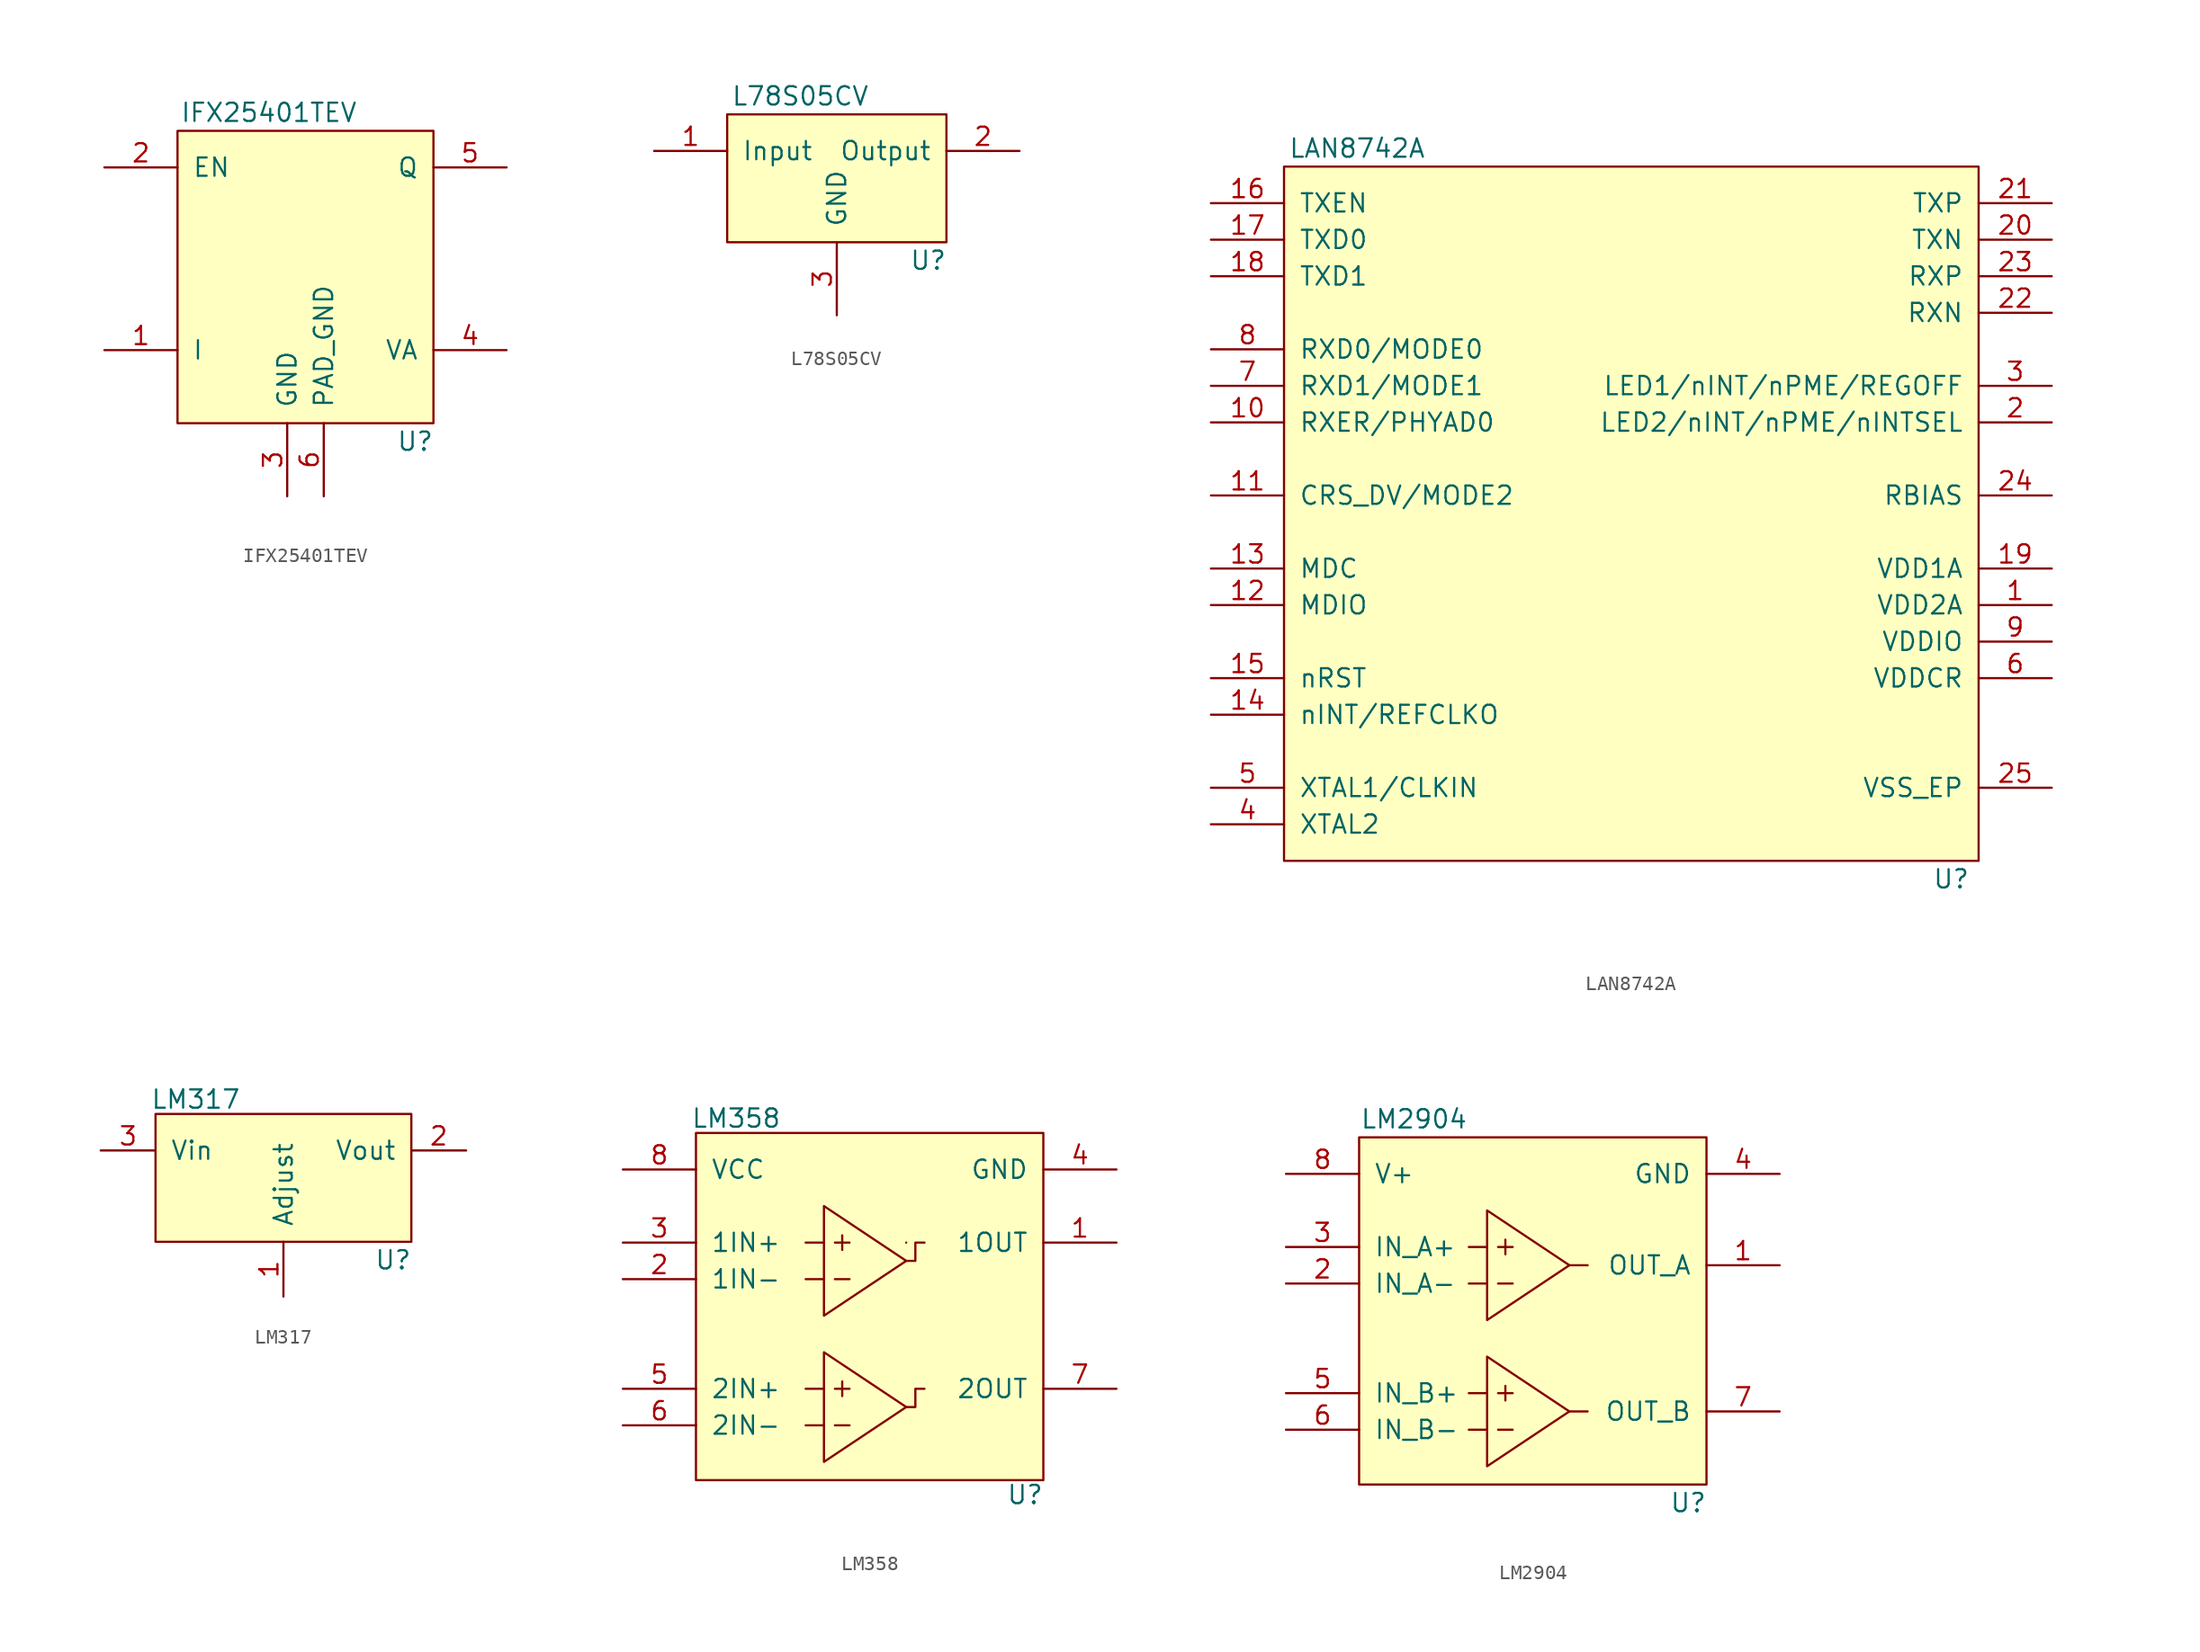
<source format=kicad_sym>
(kicad_symbol_lib
  (version 20211014)
  (generator kicad_symbol_editor)
  (symbol "IFX25401TEV"
    (pin_names
      (offset 1.016))
    (property "Reference" "U"
      (at 16.51 -19.05 0)
      (effects (font (size 1.27 1.27))))
    (property "Value" "IFX25401TEV"
      (at 6.35 3.81 0)
      (effects (font (size 1.27 1.27))))
    (symbol "IFX25401TEV_0_1"
      (rectangle (start 0 2.54) (end 17.78 -17.78) (stroke (width 0) (type default) (color 0 0 0 0)) (fill (type background))))
    (symbol "IFX25401TEV_1_1"
      (pin passive line (at -5.08 -12.7 0) (length 5.08) (name "I" (effects (font (size 1.27 1.27)))) (number "1" (effects (font (size 1.27 1.27)))))
      (pin passive line (at -5.08 0 0) (length 5.08) (name "EN" (effects (font (size 1.27 1.27)))) (number "2" (effects (font (size 1.27 1.27)))))
      (pin passive line (at 7.62 -22.86 90) (length 5.08) (name "GND" (effects (font (size 1.27 1.27)))) (number "3" (effects (font (size 1.27 1.27)))))
      (pin passive line (at 22.86 -12.7 180) (length 5.08) (name "VA" (effects (font (size 1.27 1.27)))) (number "4" (effects (font (size 1.27 1.27)))))
      (pin passive line (at 22.86 0 180) (length 5.08) (name "Q" (effects (font (size 1.27 1.27)))) (number "5" (effects (font (size 1.27 1.27)))))
      (pin passive line (at 10.16 -22.86 90) (length 5.08) (name "PAD_GND" (effects (font (size 1.27 1.27)))) (number "6" (effects (font (size 1.27 1.27)))))))
  (symbol "L78S05CV"
    (pin_names
      (offset 1.016))
    (property "Reference" "U"
      (at 6.35 -7.62 0)
      (effects (font (size 1.27 1.27))))
    (property "Value" "L78S05CV"
      (at -2.54 3.81 0)
      (effects (font (size 1.27 1.27))))
    (symbol "L78S05CV_0_1"
      (rectangle (start 7.62 2.54) (end -7.62 -6.35) (stroke (width 0) (type default) (color 0 0 0 0)) (fill (type background))))
    (symbol "L78S05CV_1_1"
      (pin input line (at -12.7 0 0) (length 5.08) (name "Input" (effects (font (size 1.27 1.27)))) (number "1" (effects (font (size 1.27 1.27)))))
      (pin input line (at 12.7 0 180) (length 5.08) (name "Output" (effects (font (size 1.27 1.27)))) (number "2" (effects (font (size 1.27 1.27)))))
      (pin input line (at 0 -11.43 90) (length 5.08) (name "GND" (effects (font (size 1.27 1.27)))) (number "3" (effects (font (size 1.27 1.27)))))))
  (symbol "LAN8742A"
    (pin_names
      (offset 1.016))
    (property "Reference" "U"
      (at 46.355 -46.99 0)
      (effects (font (size 1.27 1.27))))
    (property "Value" "LAN8742A"
      (at 5.08 3.81 0)
      (effects (font (size 1.27 1.27))))
    (symbol "LAN8742A_0_1"
      (rectangle (start 0 2.54) (end 48.26 -45.72) (stroke (width 0) (type default) (color 0 0 0 0)) (fill (type background))))
    (symbol "LAN8742A_1_1"
      (pin input line (at 53.34 -27.94 180) (length 5.08) (name "VDD2A" (effects (font (size 1.27 1.27)))) (number "1" (effects (font (size 1.27 1.27)))))
      (pin input line (at -5.08 -15.24 0) (length 5.08) (name "RXER/PHYAD0" (effects (font (size 1.27 1.27)))) (number "10" (effects (font (size 1.27 1.27)))))
      (pin input line (at -5.08 -20.32 0) (length 5.08) (name "CRS_DV/MODE2" (effects (font (size 1.27 1.27)))) (number "11" (effects (font (size 1.27 1.27)))))
      (pin input line (at -5.08 -27.94 0) (length 5.08) (name "MDIO" (effects (font (size 1.27 1.27)))) (number "12" (effects (font (size 1.27 1.27)))))
      (pin input line (at -5.08 -25.4 0) (length 5.08) (name "MDC" (effects (font (size 1.27 1.27)))) (number "13" (effects (font (size 1.27 1.27)))))
      (pin input line (at -5.08 -35.56 0) (length 5.08) (name "nINT/REFCLKO" (effects (font (size 1.27 1.27)))) (number "14" (effects (font (size 1.27 1.27)))))
      (pin input line (at -5.08 -33.02 0) (length 5.08) (name "nRST" (effects (font (size 1.27 1.27)))) (number "15" (effects (font (size 1.27 1.27)))))
      (pin input line (at -5.08 0 0) (length 5.08) (name "TXEN" (effects (font (size 1.27 1.27)))) (number "16" (effects (font (size 1.27 1.27)))))
      (pin input line (at -5.08 -2.54 0) (length 5.08) (name "TXD0" (effects (font (size 1.27 1.27)))) (number "17" (effects (font (size 1.27 1.27)))))
      (pin input line (at -5.08 -5.08 0) (length 5.08) (name "TXD1" (effects (font (size 1.27 1.27)))) (number "18" (effects (font (size 1.27 1.27)))))
      (pin input line (at 53.34 -25.4 180) (length 5.08) (name "VDD1A" (effects (font (size 1.27 1.27)))) (number "19" (effects (font (size 1.27 1.27)))))
      (pin input line (at 53.34 -15.24 180) (length 5.08) (name "LED2/nINT/nPME/nINTSEL" (effects (font (size 1.27 1.27)))) (number "2" (effects (font (size 1.27 1.27)))))
      (pin input line (at 53.34 -2.54 180) (length 5.08) (name "TXN" (effects (font (size 1.27 1.27)))) (number "20" (effects (font (size 1.27 1.27)))))
      (pin input line (at 53.34 0 180) (length 5.08) (name "TXP" (effects (font (size 1.27 1.27)))) (number "21" (effects (font (size 1.27 1.27)))))
      (pin input line (at 53.34 -7.62 180) (length 5.08) (name "RXN" (effects (font (size 1.27 1.27)))) (number "22" (effects (font (size 1.27 1.27)))))
      (pin input line (at 53.34 -5.08 180) (length 5.08) (name "RXP" (effects (font (size 1.27 1.27)))) (number "23" (effects (font (size 1.27 1.27)))))
      (pin input line (at 53.34 -20.32 180) (length 5.08) (name "RBIAS" (effects (font (size 1.27 1.27)))) (number "24" (effects (font (size 1.27 1.27)))))
      (pin input line (at 53.34 -40.64 180) (length 5.08) (name "VSS_EP" (effects (font (size 1.27 1.27)))) (number "25" (effects (font (size 1.27 1.27)))))
      (pin input line (at 53.34 -12.7 180) (length 5.08) (name "LED1/nINT/nPME/REGOFF" (effects (font (size 1.27 1.27)))) (number "3" (effects (font (size 1.27 1.27)))))
      (pin input line (at -5.08 -43.18 0) (length 5.08) (name "XTAL2" (effects (font (size 1.27 1.27)))) (number "4" (effects (font (size 1.27 1.27)))))
      (pin input line (at -5.08 -40.64 0) (length 5.08) (name "XTAL1/CLKIN" (effects (font (size 1.27 1.27)))) (number "5" (effects (font (size 1.27 1.27)))))
      (pin input line (at 53.34 -33.02 180) (length 5.08) (name "VDDCR" (effects (font (size 1.27 1.27)))) (number "6" (effects (font (size 1.27 1.27)))))
      (pin input line (at -5.08 -12.7 0) (length 5.08) (name "RXD1/MODE1" (effects (font (size 1.27 1.27)))) (number "7" (effects (font (size 1.27 1.27)))))
      (pin input line (at -5.08 -10.16 0) (length 5.08) (name "RXD0/MODE0" (effects (font (size 1.27 1.27)))) (number "8" (effects (font (size 1.27 1.27)))))
      (pin input line (at 53.34 -30.48 180) (length 5.08) (name "VDDIO" (effects (font (size 1.27 1.27)))) (number "9" (effects (font (size 1.27 1.27)))))))
  (symbol "LM317"
    (pin_names
      (offset 1.016))
    (property "Reference" "U"
      (at 7.62 -7.62 0)
      (effects (font (size 1.27 1.27))))
    (property "Value" "LM317"
      (at -6.096 3.556 0)
      (effects (font (size 1.27 1.27))))
    (symbol "LM317_0_1"
      (rectangle (start -8.89 -6.35) (end 8.89 2.54) (stroke (width 0) (type default) (color 0 0 0 0)) (fill (type background))))
    (symbol "LM317_1_1"
      (pin input line (at 0 -10.16 90) (length 3.81) (name "Adjust" (effects (font (size 1.27 1.27)))) (number "1" (effects (font (size 1.27 1.27)))))
      (pin input line (at 12.7 0 180) (length 3.81) (name "Vout" (effects (font (size 1.27 1.27)))) (number "2" (effects (font (size 1.27 1.27)))))
      (pin input line (at -12.7 0 0) (length 3.81) (name "Vin" (effects (font (size 1.27 1.27)))) (number "3" (effects (font (size 1.27 1.27)))))))
  (symbol "LM358"
    (pin_names
      (offset 1.016))
    (property "Reference" "U"
      (at 22.86 -22.606 0)
      (effects (font (size 1.27 1.27))))
    (property "Value" "LM358"
      (at 2.794 3.556 0)
      (effects (font (size 1.27 1.27))))
    (symbol "LM358_0_1"
      (polyline (pts (xy 7.62 -17.78) (xy 8.89 -17.78)) (stroke (width 0) (type default) (color 0 0 0 0)) (fill (type none)))
      (polyline (pts (xy 7.62 -15.24) (xy 8.89 -15.24)) (stroke (width 0) (type default) (color 0 0 0 0)) (fill (type none)))
      (polyline (pts (xy 7.62 -7.62) (xy 8.89 -7.62)) (stroke (width 0) (type default) (color 0 0 0 0)) (fill (type none)))
      (polyline (pts (xy 7.62 -5.08) (xy 8.89 -5.08)) (stroke (width 0) (type default) (color 0 0 0 0)) (fill (type none)))
      (polyline (pts (xy 9.652 -17.78) (xy 10.668 -17.78)) (stroke (width 0) (type default) (color 0 0 0 0)) (fill (type none)))
      (polyline (pts (xy 9.652 -15.24) (xy 10.668 -15.24)) (stroke (width 0) (type default) (color 0 0 0 0)) (fill (type none)))
      (polyline (pts (xy 9.652 -7.62) (xy 10.668 -7.62)) (stroke (width 0) (type default) (color 0 0 0 0)) (fill (type none)))
      (polyline (pts (xy 9.652 -5.08) (xy 10.668 -5.08)) (stroke (width 0) (type default) (color 0 0 0 0)) (fill (type none)))
      (polyline (pts (xy 10.16 -14.732) (xy 10.16 -15.748)) (stroke (width 0) (type default) (color 0 0 0 0)) (fill (type none)))
      (polyline (pts (xy 10.16 -4.572) (xy 10.16 -5.588)) (stroke (width 0) (type default) (color 0 0 0 0)) (fill (type none)))
      (polyline (pts (xy 14.605 -5.08) (xy 14.605 -5.08)) (stroke (width 0) (type default) (color 0 0 0 0)) (fill (type none)))
      (polyline (pts (xy 8.89 -12.7) (xy 8.89 -20.32) (xy 14.605 -16.51) (xy 8.89 -12.7)) (stroke (width 0) (type default) (color 0 0 0 0)) (fill (type none)))
      (polyline (pts (xy 8.89 -2.54) (xy 8.89 -10.16) (xy 14.605 -6.35) (xy 8.89 -2.54)) (stroke (width 0) (type default) (color 0 0 0 0)) (fill (type none)))
      (polyline (pts (xy 14.605 -16.51) (xy 15.24 -16.51) (xy 15.24 -15.24) (xy 15.875 -15.24)) (stroke (width 0) (type default) (color 0 0 0 0)) (fill (type none)))
      (polyline (pts (xy 14.605 -6.35) (xy 15.24 -6.35) (xy 15.24 -5.08) (xy 15.875 -5.08)) (stroke (width 0) (type default) (color 0 0 0 0)) (fill (type none)))
      (rectangle (start 24.13 2.54) (end 0 -21.59) (stroke (width 0) (type default) (color 0 0 0 0)) (fill (type background))))
    (symbol "LM358_1_1"
      (pin input line (at 29.21 -5.08 180) (length 5.08) (name "1OUT" (effects (font (size 1.27 1.27)))) (number "1" (effects (font (size 1.27 1.27)))))
      (pin input line (at -5.08 -7.62 0) (length 5.08) (name "1IN-" (effects (font (size 1.27 1.27)))) (number "2" (effects (font (size 1.27 1.27)))))
      (pin input line (at -5.08 -5.08 0) (length 5.08) (name "1IN+" (effects (font (size 1.27 1.27)))) (number "3" (effects (font (size 1.27 1.27)))))
      (pin input line (at 29.21 0 180) (length 5.08) (name "GND" (effects (font (size 1.27 1.27)))) (number "4" (effects (font (size 1.27 1.27)))))
      (pin input line (at -5.08 -15.24 0) (length 5.08) (name "2IN+" (effects (font (size 1.27 1.27)))) (number "5" (effects (font (size 1.27 1.27)))))
      (pin input line (at -5.08 -17.78 0) (length 5.08) (name "2IN-" (effects (font (size 1.27 1.27)))) (number "6" (effects (font (size 1.27 1.27)))))
      (pin input line (at 29.21 -15.24 180) (length 5.08) (name "2OUT" (effects (font (size 1.27 1.27)))) (number "7" (effects (font (size 1.27 1.27)))))
      (pin input line (at -5.08 0 0) (length 5.08) (name "VCC" (effects (font (size 1.27 1.27)))) (number "8" (effects (font (size 1.27 1.27)))))))
  (symbol "LM2904"
    (pin_names
      (offset 1.016))
    (property "Reference" "U"
      (at 22.86 -22.86 0)
      (effects (font (size 1.27 1.27))))
    (property "Value" "LM2904"
      (at 3.81 3.81 0)
      (effects (font (size 1.27 1.27))))
    (symbol "LM2904_0_1"
      (polyline (pts (xy 7.62 -17.78) (xy 8.89 -17.78)) (stroke (width 0) (type default) (color 0 0 0 0)) (fill (type none)))
      (polyline (pts (xy 7.62 -15.24) (xy 8.89 -15.24)) (stroke (width 0) (type default) (color 0 0 0 0)) (fill (type none)))
      (polyline (pts (xy 7.62 -7.62) (xy 8.89 -7.62)) (stroke (width 0) (type default) (color 0 0 0 0)) (fill (type none)))
      (polyline (pts (xy 7.62 -5.08) (xy 8.89 -5.08)) (stroke (width 0) (type default) (color 0 0 0 0)) (fill (type none)))
      (polyline (pts (xy 9.652 -17.78) (xy 10.668 -17.78)) (stroke (width 0) (type default) (color 0 0 0 0)) (fill (type none)))
      (polyline (pts (xy 9.652 -15.24) (xy 10.668 -15.24)) (stroke (width 0) (type default) (color 0 0 0 0)) (fill (type none)))
      (polyline (pts (xy 9.652 -7.62) (xy 10.668 -7.62)) (stroke (width 0) (type default) (color 0 0 0 0)) (fill (type none)))
      (polyline (pts (xy 9.652 -5.08) (xy 10.668 -5.08)) (stroke (width 0) (type default) (color 0 0 0 0)) (fill (type none)))
      (polyline (pts (xy 10.16 -14.732) (xy 10.16 -15.748)) (stroke (width 0) (type default) (color 0 0 0 0)) (fill (type none)))
      (polyline (pts (xy 10.16 -4.572) (xy 10.16 -5.588)) (stroke (width 0) (type default) (color 0 0 0 0)) (fill (type none)))
      (polyline (pts (xy 14.605 -16.51) (xy 15.875 -16.51)) (stroke (width 0) (type default) (color 0 0 0 0)) (fill (type none)))
      (polyline (pts (xy 14.605 -6.35) (xy 15.875 -6.35)) (stroke (width 0) (type default) (color 0 0 0 0)) (fill (type none)))
      (polyline (pts (xy 8.89 -12.7) (xy 8.89 -20.32) (xy 14.605 -16.51) (xy 8.89 -12.7)) (stroke (width 0) (type default) (color 0 0 0 0)) (fill (type none)))
      (polyline (pts (xy 8.89 -2.54) (xy 8.89 -10.16) (xy 14.605 -6.35) (xy 8.89 -2.54)) (stroke (width 0) (type default) (color 0 0 0 0)) (fill (type none)))
      (rectangle (start 24.13 2.54) (end 0 -21.59) (stroke (width 0) (type default) (color 0 0 0 0)) (fill (type background))))
    (symbol "LM2904_1_1"
      (pin input line (at 29.21 -6.35 180) (length 5.08) (name "OUT_A" (effects (font (size 1.27 1.27)))) (number "1" (effects (font (size 1.27 1.27)))))
      (pin input line (at -5.08 -7.62 0) (length 5.08) (name "IN_A-" (effects (font (size 1.27 1.27)))) (number "2" (effects (font (size 1.27 1.27)))))
      (pin input line (at -5.08 -5.08 0) (length 5.08) (name "IN_A+" (effects (font (size 1.27 1.27)))) (number "3" (effects (font (size 1.27 1.27)))))
      (pin input line (at 29.21 0 180) (length 5.08) (name "GND" (effects (font (size 1.27 1.27)))) (number "4" (effects (font (size 1.27 1.27)))))
      (pin input line (at -5.08 -15.24 0) (length 5.08) (name "IN_B+" (effects (font (size 1.27 1.27)))) (number "5" (effects (font (size 1.27 1.27)))))
      (pin input line (at -5.08 -17.78 0) (length 5.08) (name "IN_B-" (effects (font (size 1.27 1.27)))) (number "6" (effects (font (size 1.27 1.27)))))
      (pin input line (at 29.21 -16.51 180) (length 5.08) (name "OUT_B" (effects (font (size 1.27 1.27)))) (number "7" (effects (font (size 1.27 1.27)))))
      (pin input line (at -5.08 0 0) (length 5.08) (name "V+" (effects (font (size 1.27 1.27)))) (number "8" (effects (font (size 1.27 1.27))))))))
</source>
